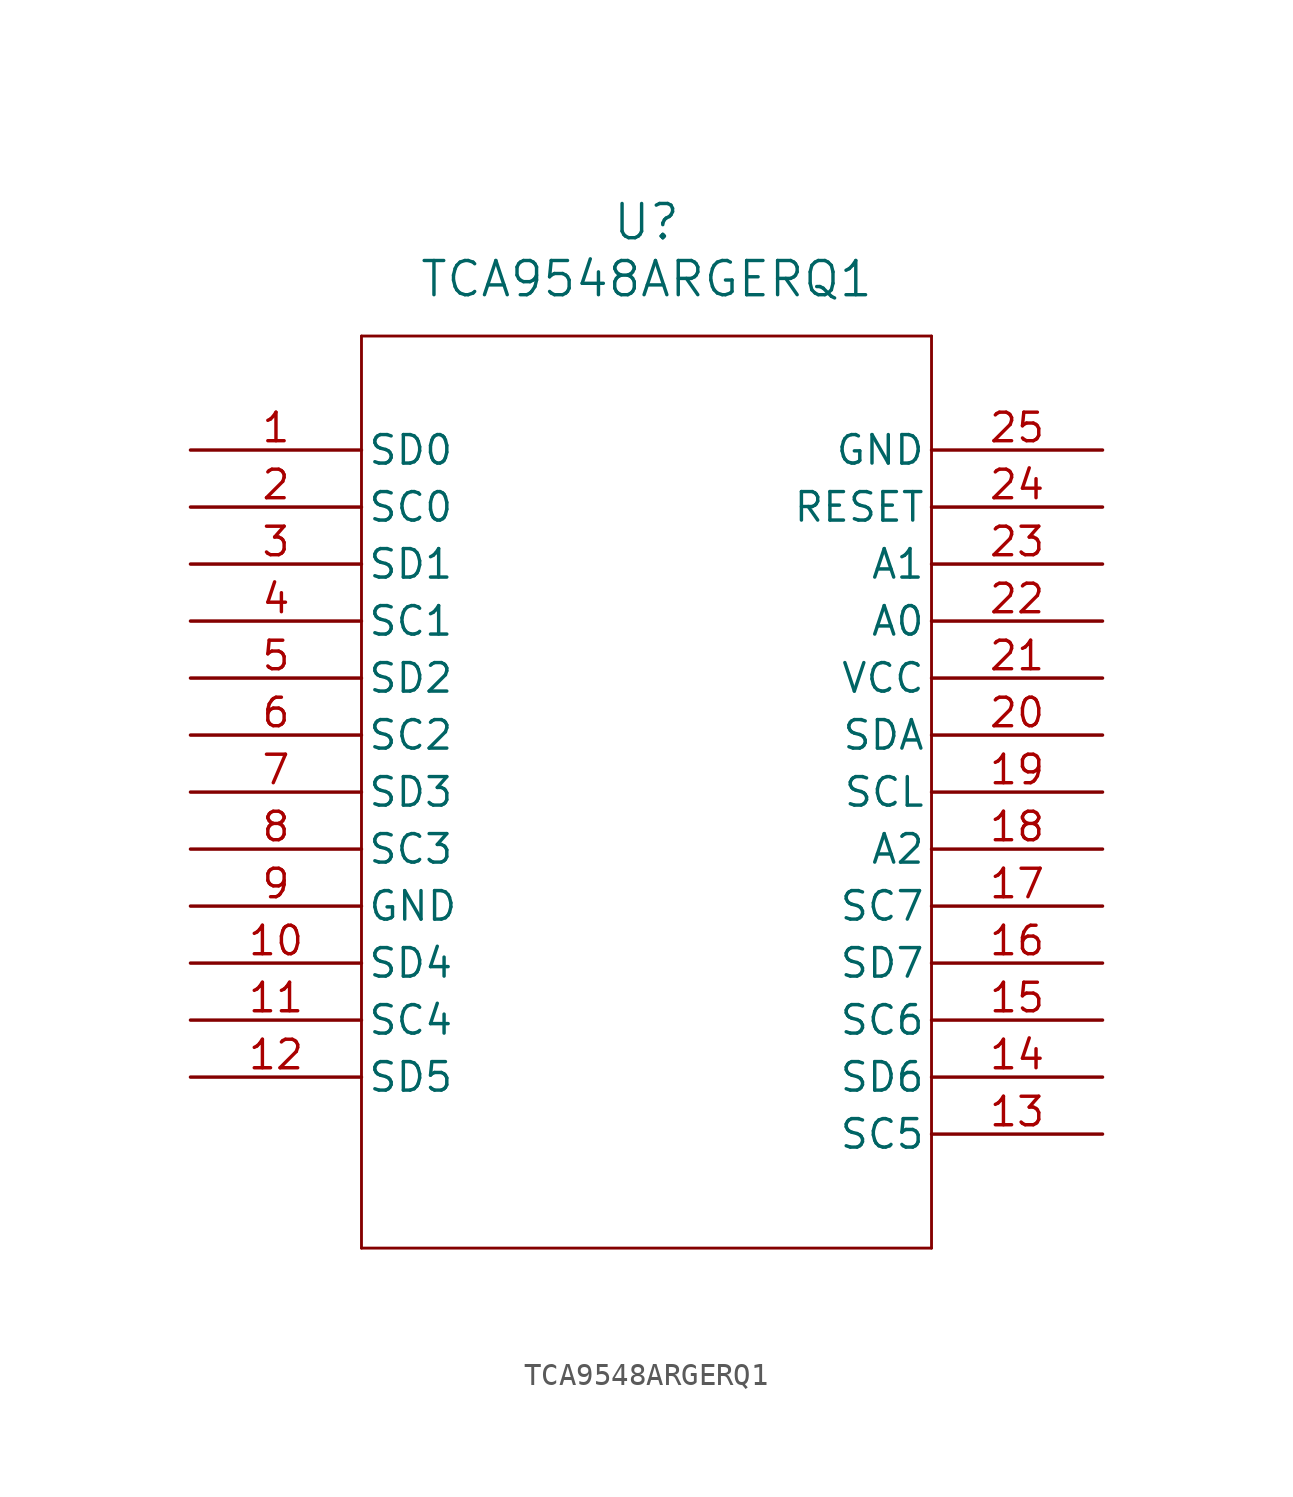
<source format=kicad_sym>
(kicad_symbol_lib
  (version 20211014)
  (generator kicad_symbol_editor)
  (symbol "TCA9548ARGERQ1"
    (pin_names
      (offset 0.254))
    (property "Reference" "U"
      (at 20.32 10.16 0)
      (effects (font (size 1.524 1.524))))
    (property "Value" "TCA9548ARGERQ1"
      (at 20.32 7.62 0)
      (effects (font (size 1.524 1.524))))
    (symbol "TCA9548ARGERQ1_0_1"
      (polyline (pts (xy 7.62 5.08) (xy 7.62 -35.56)) (stroke (width 0.127) (type default) (color 0 0 0 0)) (fill (type none)))
      (polyline (pts (xy 7.62 -35.56) (xy 33.02 -35.56)) (stroke (width 0.127) (type default) (color 0 0 0 0)) (fill (type none)))
      (polyline (pts (xy 33.02 -35.56) (xy 33.02 5.08)) (stroke (width 0.127) (type default) (color 0 0 0 0)) (fill (type none)))
      (polyline (pts (xy 33.02 5.08) (xy 7.62 5.08)) (stroke (width 0.127) (type default) (color 0 0 0 0)) (fill (type none)))
      (pin bidirectional line (at 0 0 0) (length 7.62) (name "SD0" (effects (font (size 1.27 1.27)))) (number "1" (effects (font (size 1.27 1.27)))))
      (pin bidirectional line (at 0 -2.54 0) (length 7.62) (name "SC0" (effects (font (size 1.27 1.27)))) (number "2" (effects (font (size 1.27 1.27)))))
      (pin bidirectional line (at 0 -5.08 0) (length 7.62) (name "SD1" (effects (font (size 1.27 1.27)))) (number "3" (effects (font (size 1.27 1.27)))))
      (pin bidirectional line (at 0 -7.62 0) (length 7.62) (name "SC1" (effects (font (size 1.27 1.27)))) (number "4" (effects (font (size 1.27 1.27)))))
      (pin bidirectional line (at 0 -10.16 0) (length 7.62) (name "SD2" (effects (font (size 1.27 1.27)))) (number "5" (effects (font (size 1.27 1.27)))))
      (pin bidirectional line (at 0 -12.7 0) (length 7.62) (name "SC2" (effects (font (size 1.27 1.27)))) (number "6" (effects (font (size 1.27 1.27)))))
      (pin bidirectional line (at 0 -15.24 0) (length 7.62) (name "SD3" (effects (font (size 1.27 1.27)))) (number "7" (effects (font (size 1.27 1.27)))))
      (pin bidirectional line (at 0 -17.78 0) (length 7.62) (name "SC3" (effects (font (size 1.27 1.27)))) (number "8" (effects (font (size 1.27 1.27)))))
      (pin power_out line (at 0 -20.32 0) (length 7.62) (name "GND" (effects (font (size 1.27 1.27)))) (number "9" (effects (font (size 1.27 1.27)))))
      (pin bidirectional line (at 0 -22.86 0) (length 7.62) (name "SD4" (effects (font (size 1.27 1.27)))) (number "10" (effects (font (size 1.27 1.27)))))
      (pin bidirectional line (at 0 -25.4 0) (length 7.62) (name "SC4" (effects (font (size 1.27 1.27)))) (number "11" (effects (font (size 1.27 1.27)))))
      (pin bidirectional line (at 0 -27.94 0) (length 7.62) (name "SD5" (effects (font (size 1.27 1.27)))) (number "12" (effects (font (size 1.27 1.27)))))
      (pin bidirectional line (at 40.64 -30.48 180) (length 7.62) (name "SC5" (effects (font (size 1.27 1.27)))) (number "13" (effects (font (size 1.27 1.27)))))
      (pin bidirectional line (at 40.64 -27.94 180) (length 7.62) (name "SD6" (effects (font (size 1.27 1.27)))) (number "14" (effects (font (size 1.27 1.27)))))
      (pin bidirectional line (at 40.64 -25.4 180) (length 7.62) (name "SC6" (effects (font (size 1.27 1.27)))) (number "15" (effects (font (size 1.27 1.27)))))
      (pin bidirectional line (at 40.64 -22.86 180) (length 7.62) (name "SD7" (effects (font (size 1.27 1.27)))) (number "16" (effects (font (size 1.27 1.27)))))
      (pin bidirectional line (at 40.64 -20.32 180) (length 7.62) (name "SC7" (effects (font (size 1.27 1.27)))) (number "17" (effects (font (size 1.27 1.27)))))
      (pin bidirectional line (at 40.64 -17.78 180) (length 7.62) (name "A2" (effects (font (size 1.27 1.27)))) (number "18" (effects (font (size 1.27 1.27)))))
      (pin unspecified line (at 40.64 -15.24 180) (length 7.62) (name "SCL" (effects (font (size 1.27 1.27)))) (number "19" (effects (font (size 1.27 1.27)))))
      (pin unspecified line (at 40.64 -12.7 180) (length 7.62) (name "SDA" (effects (font (size 1.27 1.27)))) (number "20" (effects (font (size 1.27 1.27)))))
      (pin power_in line (at 40.64 -10.16 180) (length 7.62) (name "VCC" (effects (font (size 1.27 1.27)))) (number "21" (effects (font (size 1.27 1.27)))))
      (pin bidirectional line (at 40.64 -7.62 180) (length 7.62) (name "A0" (effects (font (size 1.27 1.27)))) (number "22" (effects (font (size 1.27 1.27)))))
      (pin bidirectional line (at 40.64 -5.08 180) (length 7.62) (name "A1" (effects (font (size 1.27 1.27)))) (number "23" (effects (font (size 1.27 1.27)))))
      (pin unspecified line (at 40.64 -2.54 180) (length 7.62) (name "RESET" (effects (font (size 1.27 1.27)))) (number "24" (effects (font (size 1.27 1.27)))))
      (pin power_out line (at 40.64 0 180) (length 7.62) (name "GND" (effects (font (size 1.27 1.27)))) (number "25" (effects (font (size 1.27 1.27))))))))
</source>
